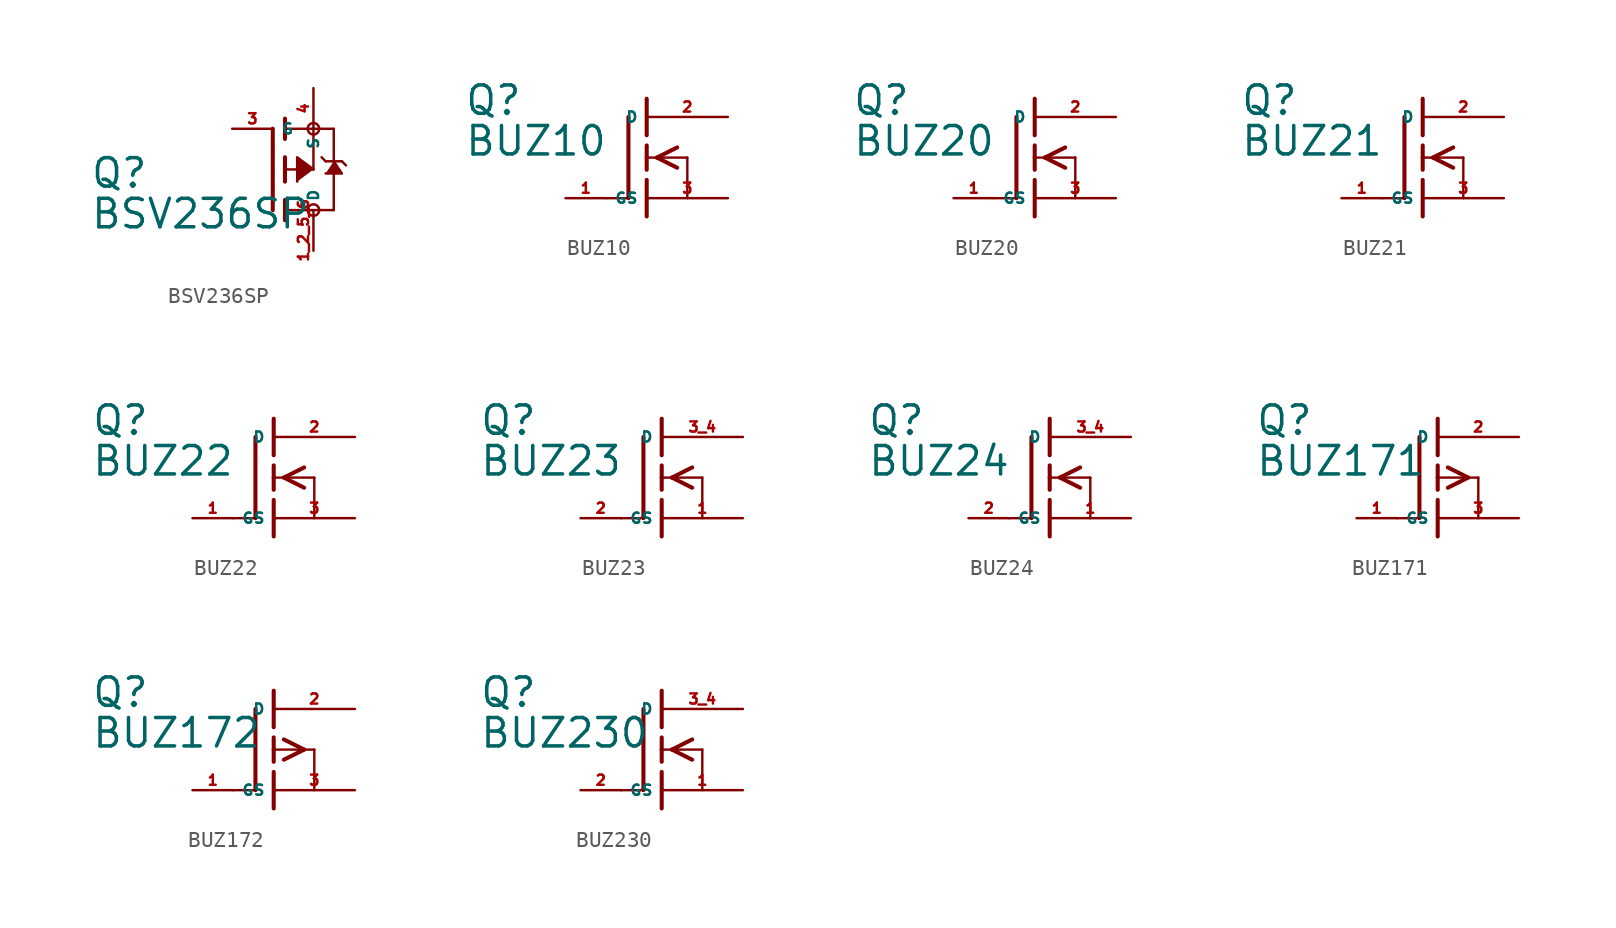
<source format=kicad_sym>
(kicad_symbol_lib
  (version 20220914)
  (generator Eagle2Kicad)
  (symbol "BSV236SP"
    (property "Reference" "Q"
      (at -11.43 -1.27 0)
      (effects (font (size 1.778 1.778) (thickness 0.22)) (justify left bottom)))
    (property "Value" "BSV236SP"
      (at -11.43 -3.81 0)
      (effects (font (size 1.778 1.778) (thickness 0.22)) (justify left bottom)))
    (polyline
      (pts (xy 3.81 0.508) (xy 4.318 -0.254) (xy 3.302 -0.254))
      (stroke (width 0.152) (type default))
      (fill (type outline)))
    (polyline
      (pts (xy 2.54 0) (xy 1.524 0.762) (xy 1.524 -0.762))
      (stroke (width 0.152) (type default))
      (fill (type outline)))
    (polyline
      (pts (xy 0.762 -0.762) (xy 0.762 0))
      (stroke (width 0.254) (type default))
      (fill (type none)))
    (polyline
      (pts (xy 0.762 0) (xy 0.762 0.762))
      (stroke (width 0.254) (type default))
      (fill (type none)))
    (polyline
      (pts (xy 0.762 -3.175) (xy 0.762 -2.54))
      (stroke (width 0.254) (type default))
      (fill (type none)))
    (polyline
      (pts (xy 0.762 -2.54) (xy 0.762 -1.905))
      (stroke (width 0.254) (type default))
      (fill (type none)))
    (polyline
      (pts (xy 0.762 0) (xy 2.54 0))
      (stroke (width 0.152) (type default))
      (fill (type none)))
    (polyline
      (pts (xy 2.54 0) (xy 2.54 2.54))
      (stroke (width 0.152) (type default))
      (fill (type none)))
    (polyline
      (pts (xy 0.762 1.905) (xy 0.762 2.54))
      (stroke (width 0.254) (type default))
      (fill (type none)))
    (polyline
      (pts (xy 0.762 2.54) (xy 0.762 3.175))
      (stroke (width 0.254) (type default))
      (fill (type none)))
    (polyline
      (pts (xy 0 -2.54) (xy 0 2.54))
      (stroke (width 0.254) (type default))
      (fill (type none)))
    (polyline
      (pts (xy 2.54 2.54) (xy 0.762 2.54))
      (stroke (width 0.152) (type default))
      (fill (type none)))
    (polyline
      (pts (xy 3.81 -2.54) (xy 3.81 0.508))
      (stroke (width 0.152) (type default))
      (fill (type none)))
    (polyline
      (pts (xy 3.81 0.508) (xy 3.81 2.54))
      (stroke (width 0.152) (type default))
      (fill (type none)))
    (polyline
      (pts (xy 2.54 2.54) (xy 3.81 2.54))
      (stroke (width 0.152) (type default))
      (fill (type none)))
    (polyline
      (pts (xy 0.762 -2.54) (xy 3.81 -2.54))
      (stroke (width 0.152) (type default))
      (fill (type none)))
    (polyline
      (pts (xy 3.048 0.762) (xy 3.302 0.508))
      (stroke (width 0.152) (type default))
      (fill (type none)))
    (polyline
      (pts (xy 3.302 0.508) (xy 3.81 0.508))
      (stroke (width 0.152) (type default))
      (fill (type none)))
    (polyline
      (pts (xy 3.81 0.508) (xy 4.318 0.508))
      (stroke (width 0.152) (type default))
      (fill (type none)))
    (polyline
      (pts (xy 4.318 0.508) (xy 4.572 0.254))
      (stroke (width 0.152) (type default))
      (fill (type none)))
    (circle
      (center 2.54 2.54)
      (radius 0.359)
      (stroke (width 0) (type default))
      (fill (type none)))
    (circle
      (center 2.54 -2.54)
      (radius 0.359)
      (stroke (width 0) (type default))
      (fill (type none)))
    (pin passive line
      (at 2.54 5.08 270)
      (length 2.54)
      (name "S" (effects (font (size 0.635 0.635) (thickness 0.08)) (justify left bottom)))
      (number "4" (effects (font (size 0.635 0.635) (thickness 0.08)) (justify left bottom))))
    (pin passive line
      (at -2.54 2.54 0)
      (length 2.54)
      (name "G" (effects (font (size 0.635 0.635) (thickness 0.08)) (justify left bottom)))
      (number "3" (effects (font (size 0.635 0.635) (thickness 0.08)) (justify left bottom))))
    (pin passive line
      (at 2.54 -5.08 90)
      (length 2.54)
      (name "D" (effects (font (size 0.635 0.635) (thickness 0.08)) (justify left bottom)))
      (number "1 2 5 6" (effects (font (size 0.635 0.635) (thickness 0.08)) (justify left bottom)))))
  (symbol "BUZ10"
    (property "Reference" "Q"
      (at -11.43 2.54 0)
      (effects (font (size 1.778 1.778) (thickness 0.22)) (justify left bottom)))
    (property "Value" "BUZ10"
      (at -11.43 0 0)
      (effects (font (size 1.778 1.778) (thickness 0.22)) (justify left bottom)))
    (polyline
      (pts (xy -2.54 -2.54) (xy -1.219 -2.54))
      (stroke (width 0.152) (type default))
      (fill (type none)))
    (polyline
      (pts (xy 0 0.762) (xy 0 0))
      (stroke (width 0.254) (type default))
      (fill (type none)))
    (polyline
      (pts (xy 0 0) (xy 0 -0.762))
      (stroke (width 0.254) (type default))
      (fill (type none)))
    (polyline
      (pts (xy 0 3.683) (xy 0 1.397))
      (stroke (width 0.254) (type default))
      (fill (type none)))
    (polyline
      (pts (xy 1.905 0.635) (xy 0.635 0))
      (stroke (width 0.254) (type default))
      (fill (type none)))
    (polyline
      (pts (xy 1.905 -0.635) (xy 0.635 0))
      (stroke (width 0.254) (type default))
      (fill (type none)))
    (polyline
      (pts (xy 0 0) (xy 0.635 0))
      (stroke (width 0.152) (type default))
      (fill (type none)))
    (polyline
      (pts (xy 0.635 0) (xy 2.54 0))
      (stroke (width 0.152) (type default))
      (fill (type none)))
    (polyline
      (pts (xy 2.54 0) (xy 2.54 -2.54))
      (stroke (width 0.152) (type default))
      (fill (type none)))
    (polyline
      (pts (xy 0 -1.397) (xy 0 -3.683))
      (stroke (width 0.254) (type default))
      (fill (type none)))
    (polyline
      (pts (xy -1.143 2.54) (xy -1.143 -2.54))
      (stroke (width 0.254) (type default))
      (fill (type none)))
    (pin passive line
      (at 5.08 2.54 180)
      (length 5.08)
      (name "D" (effects (font (size 0.635 0.635) (thickness 0.08)) (justify left bottom)))
      (number "2" (effects (font (size 0.635 0.635) (thickness 0.08)) (justify left bottom))))
    (pin passive line
      (at 5.08 -2.54 180)
      (length 5.08)
      (name "S" (effects (font (size 0.635 0.635) (thickness 0.08)) (justify left bottom)))
      (number "3" (effects (font (size 0.635 0.635) (thickness 0.08)) (justify left bottom))))
    (pin passive line
      (at -5.08 -2.54 0)
      (length 2.54)
      (name "G" (effects (font (size 0.635 0.635) (thickness 0.08)) (justify left bottom)))
      (number "1" (effects (font (size 0.635 0.635) (thickness 0.08)) (justify left bottom)))))
  (symbol "BUZ20"
    (property "Reference" "Q"
      (at -11.43 2.54 0)
      (effects (font (size 1.778 1.778) (thickness 0.22)) (justify left bottom)))
    (property "Value" "BUZ20"
      (at -11.43 0 0)
      (effects (font (size 1.778 1.778) (thickness 0.22)) (justify left bottom)))
    (polyline
      (pts (xy -2.54 -2.54) (xy -1.219 -2.54))
      (stroke (width 0.152) (type default))
      (fill (type none)))
    (polyline
      (pts (xy 0 0.762) (xy 0 0))
      (stroke (width 0.254) (type default))
      (fill (type none)))
    (polyline
      (pts (xy 0 0) (xy 0 -0.762))
      (stroke (width 0.254) (type default))
      (fill (type none)))
    (polyline
      (pts (xy 0 3.683) (xy 0 1.397))
      (stroke (width 0.254) (type default))
      (fill (type none)))
    (polyline
      (pts (xy 1.905 0.635) (xy 0.635 0))
      (stroke (width 0.254) (type default))
      (fill (type none)))
    (polyline
      (pts (xy 1.905 -0.635) (xy 0.635 0))
      (stroke (width 0.254) (type default))
      (fill (type none)))
    (polyline
      (pts (xy 0 0) (xy 0.635 0))
      (stroke (width 0.152) (type default))
      (fill (type none)))
    (polyline
      (pts (xy 0.635 0) (xy 2.54 0))
      (stroke (width 0.152) (type default))
      (fill (type none)))
    (polyline
      (pts (xy 2.54 0) (xy 2.54 -2.54))
      (stroke (width 0.152) (type default))
      (fill (type none)))
    (polyline
      (pts (xy 0 -1.397) (xy 0 -3.683))
      (stroke (width 0.254) (type default))
      (fill (type none)))
    (polyline
      (pts (xy -1.143 2.54) (xy -1.143 -2.54))
      (stroke (width 0.254) (type default))
      (fill (type none)))
    (pin passive line
      (at 5.08 2.54 180)
      (length 5.08)
      (name "D" (effects (font (size 0.635 0.635) (thickness 0.08)) (justify left bottom)))
      (number "2" (effects (font (size 0.635 0.635) (thickness 0.08)) (justify left bottom))))
    (pin passive line
      (at 5.08 -2.54 180)
      (length 5.08)
      (name "S" (effects (font (size 0.635 0.635) (thickness 0.08)) (justify left bottom)))
      (number "3" (effects (font (size 0.635 0.635) (thickness 0.08)) (justify left bottom))))
    (pin passive line
      (at -5.08 -2.54 0)
      (length 2.54)
      (name "G" (effects (font (size 0.635 0.635) (thickness 0.08)) (justify left bottom)))
      (number "1" (effects (font (size 0.635 0.635) (thickness 0.08)) (justify left bottom)))))
  (symbol "BUZ21"
    (property "Reference" "Q"
      (at -11.43 2.54 0)
      (effects (font (size 1.778 1.778) (thickness 0.22)) (justify left bottom)))
    (property "Value" "BUZ21"
      (at -11.43 0 0)
      (effects (font (size 1.778 1.778) (thickness 0.22)) (justify left bottom)))
    (polyline
      (pts (xy -2.54 -2.54) (xy -1.219 -2.54))
      (stroke (width 0.152) (type default))
      (fill (type none)))
    (polyline
      (pts (xy 0 0.762) (xy 0 0))
      (stroke (width 0.254) (type default))
      (fill (type none)))
    (polyline
      (pts (xy 0 0) (xy 0 -0.762))
      (stroke (width 0.254) (type default))
      (fill (type none)))
    (polyline
      (pts (xy 0 3.683) (xy 0 1.397))
      (stroke (width 0.254) (type default))
      (fill (type none)))
    (polyline
      (pts (xy 1.905 0.635) (xy 0.635 0))
      (stroke (width 0.254) (type default))
      (fill (type none)))
    (polyline
      (pts (xy 1.905 -0.635) (xy 0.635 0))
      (stroke (width 0.254) (type default))
      (fill (type none)))
    (polyline
      (pts (xy 0 0) (xy 0.635 0))
      (stroke (width 0.152) (type default))
      (fill (type none)))
    (polyline
      (pts (xy 0.635 0) (xy 2.54 0))
      (stroke (width 0.152) (type default))
      (fill (type none)))
    (polyline
      (pts (xy 2.54 0) (xy 2.54 -2.54))
      (stroke (width 0.152) (type default))
      (fill (type none)))
    (polyline
      (pts (xy 0 -1.397) (xy 0 -3.683))
      (stroke (width 0.254) (type default))
      (fill (type none)))
    (polyline
      (pts (xy -1.143 2.54) (xy -1.143 -2.54))
      (stroke (width 0.254) (type default))
      (fill (type none)))
    (pin passive line
      (at 5.08 2.54 180)
      (length 5.08)
      (name "D" (effects (font (size 0.635 0.635) (thickness 0.08)) (justify left bottom)))
      (number "2" (effects (font (size 0.635 0.635) (thickness 0.08)) (justify left bottom))))
    (pin passive line
      (at 5.08 -2.54 180)
      (length 5.08)
      (name "S" (effects (font (size 0.635 0.635) (thickness 0.08)) (justify left bottom)))
      (number "3" (effects (font (size 0.635 0.635) (thickness 0.08)) (justify left bottom))))
    (pin passive line
      (at -5.08 -2.54 0)
      (length 2.54)
      (name "G" (effects (font (size 0.635 0.635) (thickness 0.08)) (justify left bottom)))
      (number "1" (effects (font (size 0.635 0.635) (thickness 0.08)) (justify left bottom)))))
  (symbol "BUZ22"
    (property "Reference" "Q"
      (at -11.43 2.54 0)
      (effects (font (size 1.778 1.778) (thickness 0.22)) (justify left bottom)))
    (property "Value" "BUZ22"
      (at -11.43 0 0)
      (effects (font (size 1.778 1.778) (thickness 0.22)) (justify left bottom)))
    (polyline
      (pts (xy -2.54 -2.54) (xy -1.219 -2.54))
      (stroke (width 0.152) (type default))
      (fill (type none)))
    (polyline
      (pts (xy 0 0.762) (xy 0 0))
      (stroke (width 0.254) (type default))
      (fill (type none)))
    (polyline
      (pts (xy 0 0) (xy 0 -0.762))
      (stroke (width 0.254) (type default))
      (fill (type none)))
    (polyline
      (pts (xy 0 3.683) (xy 0 1.397))
      (stroke (width 0.254) (type default))
      (fill (type none)))
    (polyline
      (pts (xy 1.905 0.635) (xy 0.635 0))
      (stroke (width 0.254) (type default))
      (fill (type none)))
    (polyline
      (pts (xy 1.905 -0.635) (xy 0.635 0))
      (stroke (width 0.254) (type default))
      (fill (type none)))
    (polyline
      (pts (xy 0 0) (xy 0.635 0))
      (stroke (width 0.152) (type default))
      (fill (type none)))
    (polyline
      (pts (xy 0.635 0) (xy 2.54 0))
      (stroke (width 0.152) (type default))
      (fill (type none)))
    (polyline
      (pts (xy 2.54 0) (xy 2.54 -2.54))
      (stroke (width 0.152) (type default))
      (fill (type none)))
    (polyline
      (pts (xy 0 -1.397) (xy 0 -3.683))
      (stroke (width 0.254) (type default))
      (fill (type none)))
    (polyline
      (pts (xy -1.143 2.54) (xy -1.143 -2.54))
      (stroke (width 0.254) (type default))
      (fill (type none)))
    (pin passive line
      (at 5.08 2.54 180)
      (length 5.08)
      (name "D" (effects (font (size 0.635 0.635) (thickness 0.08)) (justify left bottom)))
      (number "2" (effects (font (size 0.635 0.635) (thickness 0.08)) (justify left bottom))))
    (pin passive line
      (at 5.08 -2.54 180)
      (length 5.08)
      (name "S" (effects (font (size 0.635 0.635) (thickness 0.08)) (justify left bottom)))
      (number "3" (effects (font (size 0.635 0.635) (thickness 0.08)) (justify left bottom))))
    (pin passive line
      (at -5.08 -2.54 0)
      (length 2.54)
      (name "G" (effects (font (size 0.635 0.635) (thickness 0.08)) (justify left bottom)))
      (number "1" (effects (font (size 0.635 0.635) (thickness 0.08)) (justify left bottom)))))
  (symbol "BUZ23"
    (property "Reference" "Q"
      (at -11.43 2.54 0)
      (effects (font (size 1.778 1.778) (thickness 0.22)) (justify left bottom)))
    (property "Value" "BUZ23"
      (at -11.43 0 0)
      (effects (font (size 1.778 1.778) (thickness 0.22)) (justify left bottom)))
    (polyline
      (pts (xy -2.54 -2.54) (xy -1.219 -2.54))
      (stroke (width 0.152) (type default))
      (fill (type none)))
    (polyline
      (pts (xy 0 0.762) (xy 0 0))
      (stroke (width 0.254) (type default))
      (fill (type none)))
    (polyline
      (pts (xy 0 0) (xy 0 -0.762))
      (stroke (width 0.254) (type default))
      (fill (type none)))
    (polyline
      (pts (xy 0 3.683) (xy 0 1.397))
      (stroke (width 0.254) (type default))
      (fill (type none)))
    (polyline
      (pts (xy 1.905 0.635) (xy 0.635 0))
      (stroke (width 0.254) (type default))
      (fill (type none)))
    (polyline
      (pts (xy 1.905 -0.635) (xy 0.635 0))
      (stroke (width 0.254) (type default))
      (fill (type none)))
    (polyline
      (pts (xy 0 0) (xy 0.635 0))
      (stroke (width 0.152) (type default))
      (fill (type none)))
    (polyline
      (pts (xy 0.635 0) (xy 2.54 0))
      (stroke (width 0.152) (type default))
      (fill (type none)))
    (polyline
      (pts (xy 2.54 0) (xy 2.54 -2.54))
      (stroke (width 0.152) (type default))
      (fill (type none)))
    (polyline
      (pts (xy 0 -1.397) (xy 0 -3.683))
      (stroke (width 0.254) (type default))
      (fill (type none)))
    (polyline
      (pts (xy -1.143 2.54) (xy -1.143 -2.54))
      (stroke (width 0.254) (type default))
      (fill (type none)))
    (pin passive line
      (at 5.08 2.54 180)
      (length 5.08)
      (name "D" (effects (font (size 0.635 0.635) (thickness 0.08)) (justify left bottom)))
      (number "3 4" (effects (font (size 0.635 0.635) (thickness 0.08)) (justify left bottom))))
    (pin passive line
      (at 5.08 -2.54 180)
      (length 5.08)
      (name "S" (effects (font (size 0.635 0.635) (thickness 0.08)) (justify left bottom)))
      (number "1" (effects (font (size 0.635 0.635) (thickness 0.08)) (justify left bottom))))
    (pin passive line
      (at -5.08 -2.54 0)
      (length 2.54)
      (name "G" (effects (font (size 0.635 0.635) (thickness 0.08)) (justify left bottom)))
      (number "2" (effects (font (size 0.635 0.635) (thickness 0.08)) (justify left bottom)))))
  (symbol "BUZ24"
    (property "Reference" "Q"
      (at -11.43 2.54 0)
      (effects (font (size 1.778 1.778) (thickness 0.22)) (justify left bottom)))
    (property "Value" "BUZ24"
      (at -11.43 0 0)
      (effects (font (size 1.778 1.778) (thickness 0.22)) (justify left bottom)))
    (polyline
      (pts (xy -2.54 -2.54) (xy -1.219 -2.54))
      (stroke (width 0.152) (type default))
      (fill (type none)))
    (polyline
      (pts (xy 0 0.762) (xy 0 0))
      (stroke (width 0.254) (type default))
      (fill (type none)))
    (polyline
      (pts (xy 0 0) (xy 0 -0.762))
      (stroke (width 0.254) (type default))
      (fill (type none)))
    (polyline
      (pts (xy 0 3.683) (xy 0 1.397))
      (stroke (width 0.254) (type default))
      (fill (type none)))
    (polyline
      (pts (xy 1.905 0.635) (xy 0.635 0))
      (stroke (width 0.254) (type default))
      (fill (type none)))
    (polyline
      (pts (xy 1.905 -0.635) (xy 0.635 0))
      (stroke (width 0.254) (type default))
      (fill (type none)))
    (polyline
      (pts (xy 0 0) (xy 0.635 0))
      (stroke (width 0.152) (type default))
      (fill (type none)))
    (polyline
      (pts (xy 0.635 0) (xy 2.54 0))
      (stroke (width 0.152) (type default))
      (fill (type none)))
    (polyline
      (pts (xy 2.54 0) (xy 2.54 -2.54))
      (stroke (width 0.152) (type default))
      (fill (type none)))
    (polyline
      (pts (xy 0 -1.397) (xy 0 -3.683))
      (stroke (width 0.254) (type default))
      (fill (type none)))
    (polyline
      (pts (xy -1.143 2.54) (xy -1.143 -2.54))
      (stroke (width 0.254) (type default))
      (fill (type none)))
    (pin passive line
      (at 5.08 2.54 180)
      (length 5.08)
      (name "D" (effects (font (size 0.635 0.635) (thickness 0.08)) (justify left bottom)))
      (number "3 4" (effects (font (size 0.635 0.635) (thickness 0.08)) (justify left bottom))))
    (pin passive line
      (at 5.08 -2.54 180)
      (length 5.08)
      (name "S" (effects (font (size 0.635 0.635) (thickness 0.08)) (justify left bottom)))
      (number "1" (effects (font (size 0.635 0.635) (thickness 0.08)) (justify left bottom))))
    (pin passive line
      (at -5.08 -2.54 0)
      (length 2.54)
      (name "G" (effects (font (size 0.635 0.635) (thickness 0.08)) (justify left bottom)))
      (number "2" (effects (font (size 0.635 0.635) (thickness 0.08)) (justify left bottom)))))
  (symbol "BUZ171"
    (property "Reference" "Q"
      (at -11.43 2.54 0)
      (effects (font (size 1.778 1.778) (thickness 0.22)) (justify left bottom)))
    (property "Value" "BUZ171"
      (at -11.43 0 0)
      (effects (font (size 1.778 1.778) (thickness 0.22)) (justify left bottom)))
    (polyline
      (pts (xy -2.54 -2.54) (xy -1.219 -2.54))
      (stroke (width 0.152) (type default))
      (fill (type none)))
    (polyline
      (pts (xy 0 0.762) (xy 0 0))
      (stroke (width 0.254) (type default))
      (fill (type none)))
    (polyline
      (pts (xy 0 0) (xy 0 -0.762))
      (stroke (width 0.254) (type default))
      (fill (type none)))
    (polyline
      (pts (xy 0 3.683) (xy 0 1.397))
      (stroke (width 0.254) (type default))
      (fill (type none)))
    (polyline
      (pts (xy 0.635 0.635) (xy 1.905 0))
      (stroke (width 0.254) (type default))
      (fill (type none)))
    (polyline
      (pts (xy 0.635 -0.635) (xy 1.905 0))
      (stroke (width 0.254) (type default))
      (fill (type none)))
    (polyline
      (pts (xy 0 0) (xy 1.905 0))
      (stroke (width 0.152) (type default))
      (fill (type none)))
    (polyline
      (pts (xy 1.905 0) (xy 2.54 0))
      (stroke (width 0.152) (type default))
      (fill (type none)))
    (polyline
      (pts (xy 2.54 0) (xy 2.54 -2.54))
      (stroke (width 0.152) (type default))
      (fill (type none)))
    (polyline
      (pts (xy 0 -1.397) (xy 0 -3.683))
      (stroke (width 0.254) (type default))
      (fill (type none)))
    (polyline
      (pts (xy -1.143 2.54) (xy -1.143 -2.54))
      (stroke (width 0.254) (type default))
      (fill (type none)))
    (pin passive line
      (at 5.08 2.54 180)
      (length 5.08)
      (name "D" (effects (font (size 0.635 0.635) (thickness 0.08)) (justify left bottom)))
      (number "2" (effects (font (size 0.635 0.635) (thickness 0.08)) (justify left bottom))))
    (pin passive line
      (at 5.08 -2.54 180)
      (length 5.08)
      (name "S" (effects (font (size 0.635 0.635) (thickness 0.08)) (justify left bottom)))
      (number "3" (effects (font (size 0.635 0.635) (thickness 0.08)) (justify left bottom))))
    (pin passive line
      (at -5.08 -2.54 0)
      (length 2.54)
      (name "G" (effects (font (size 0.635 0.635) (thickness 0.08)) (justify left bottom)))
      (number "1" (effects (font (size 0.635 0.635) (thickness 0.08)) (justify left bottom)))))
  (symbol "BUZ172"
    (property "Reference" "Q"
      (at -11.43 2.54 0)
      (effects (font (size 1.778 1.778) (thickness 0.22)) (justify left bottom)))
    (property "Value" "BUZ172"
      (at -11.43 0 0)
      (effects (font (size 1.778 1.778) (thickness 0.22)) (justify left bottom)))
    (polyline
      (pts (xy -2.54 -2.54) (xy -1.219 -2.54))
      (stroke (width 0.152) (type default))
      (fill (type none)))
    (polyline
      (pts (xy 0 0.762) (xy 0 0))
      (stroke (width 0.254) (type default))
      (fill (type none)))
    (polyline
      (pts (xy 0 0) (xy 0 -0.762))
      (stroke (width 0.254) (type default))
      (fill (type none)))
    (polyline
      (pts (xy 0 3.683) (xy 0 1.397))
      (stroke (width 0.254) (type default))
      (fill (type none)))
    (polyline
      (pts (xy 0.635 0.635) (xy 1.905 0))
      (stroke (width 0.254) (type default))
      (fill (type none)))
    (polyline
      (pts (xy 0.635 -0.635) (xy 1.905 0))
      (stroke (width 0.254) (type default))
      (fill (type none)))
    (polyline
      (pts (xy 0 0) (xy 1.905 0))
      (stroke (width 0.152) (type default))
      (fill (type none)))
    (polyline
      (pts (xy 1.905 0) (xy 2.54 0))
      (stroke (width 0.152) (type default))
      (fill (type none)))
    (polyline
      (pts (xy 2.54 0) (xy 2.54 -2.54))
      (stroke (width 0.152) (type default))
      (fill (type none)))
    (polyline
      (pts (xy 0 -1.397) (xy 0 -3.683))
      (stroke (width 0.254) (type default))
      (fill (type none)))
    (polyline
      (pts (xy -1.143 2.54) (xy -1.143 -2.54))
      (stroke (width 0.254) (type default))
      (fill (type none)))
    (pin passive line
      (at 5.08 2.54 180)
      (length 5.08)
      (name "D" (effects (font (size 0.635 0.635) (thickness 0.08)) (justify left bottom)))
      (number "2" (effects (font (size 0.635 0.635) (thickness 0.08)) (justify left bottom))))
    (pin passive line
      (at 5.08 -2.54 180)
      (length 5.08)
      (name "S" (effects (font (size 0.635 0.635) (thickness 0.08)) (justify left bottom)))
      (number "3" (effects (font (size 0.635 0.635) (thickness 0.08)) (justify left bottom))))
    (pin passive line
      (at -5.08 -2.54 0)
      (length 2.54)
      (name "G" (effects (font (size 0.635 0.635) (thickness 0.08)) (justify left bottom)))
      (number "1" (effects (font (size 0.635 0.635) (thickness 0.08)) (justify left bottom)))))
  (symbol "BUZ230"
    (property "Reference" "Q"
      (at -11.43 2.54 0)
      (effects (font (size 1.778 1.778) (thickness 0.22)) (justify left bottom)))
    (property "Value" "BUZ230"
      (at -11.43 0 0)
      (effects (font (size 1.778 1.778) (thickness 0.22)) (justify left bottom)))
    (polyline
      (pts (xy -2.54 -2.54) (xy -1.219 -2.54))
      (stroke (width 0.152) (type default))
      (fill (type none)))
    (polyline
      (pts (xy 0 0.762) (xy 0 0))
      (stroke (width 0.254) (type default))
      (fill (type none)))
    (polyline
      (pts (xy 0 0) (xy 0 -0.762))
      (stroke (width 0.254) (type default))
      (fill (type none)))
    (polyline
      (pts (xy 0 3.683) (xy 0 1.397))
      (stroke (width 0.254) (type default))
      (fill (type none)))
    (polyline
      (pts (xy 1.905 0.635) (xy 0.635 0))
      (stroke (width 0.254) (type default))
      (fill (type none)))
    (polyline
      (pts (xy 1.905 -0.635) (xy 0.635 0))
      (stroke (width 0.254) (type default))
      (fill (type none)))
    (polyline
      (pts (xy 0 0) (xy 0.635 0))
      (stroke (width 0.152) (type default))
      (fill (type none)))
    (polyline
      (pts (xy 0.635 0) (xy 2.54 0))
      (stroke (width 0.152) (type default))
      (fill (type none)))
    (polyline
      (pts (xy 2.54 0) (xy 2.54 -2.54))
      (stroke (width 0.152) (type default))
      (fill (type none)))
    (polyline
      (pts (xy 0 -1.397) (xy 0 -3.683))
      (stroke (width 0.254) (type default))
      (fill (type none)))
    (polyline
      (pts (xy -1.143 2.54) (xy -1.143 -2.54))
      (stroke (width 0.254) (type default))
      (fill (type none)))
    (pin passive line
      (at 5.08 2.54 180)
      (length 5.08)
      (name "D" (effects (font (size 0.635 0.635) (thickness 0.08)) (justify left bottom)))
      (number "3 4" (effects (font (size 0.635 0.635) (thickness 0.08)) (justify left bottom))))
    (pin passive line
      (at 5.08 -2.54 180)
      (length 5.08)
      (name "S" (effects (font (size 0.635 0.635) (thickness 0.08)) (justify left bottom)))
      (number "1" (effects (font (size 0.635 0.635) (thickness 0.08)) (justify left bottom))))
    (pin passive line
      (at -5.08 -2.54 0)
      (length 2.54)
      (name "G" (effects (font (size 0.635 0.635) (thickness 0.08)) (justify left bottom)))
      (number "2" (effects (font (size 0.635 0.635) (thickness 0.08)) (justify left bottom))))))
</source>
